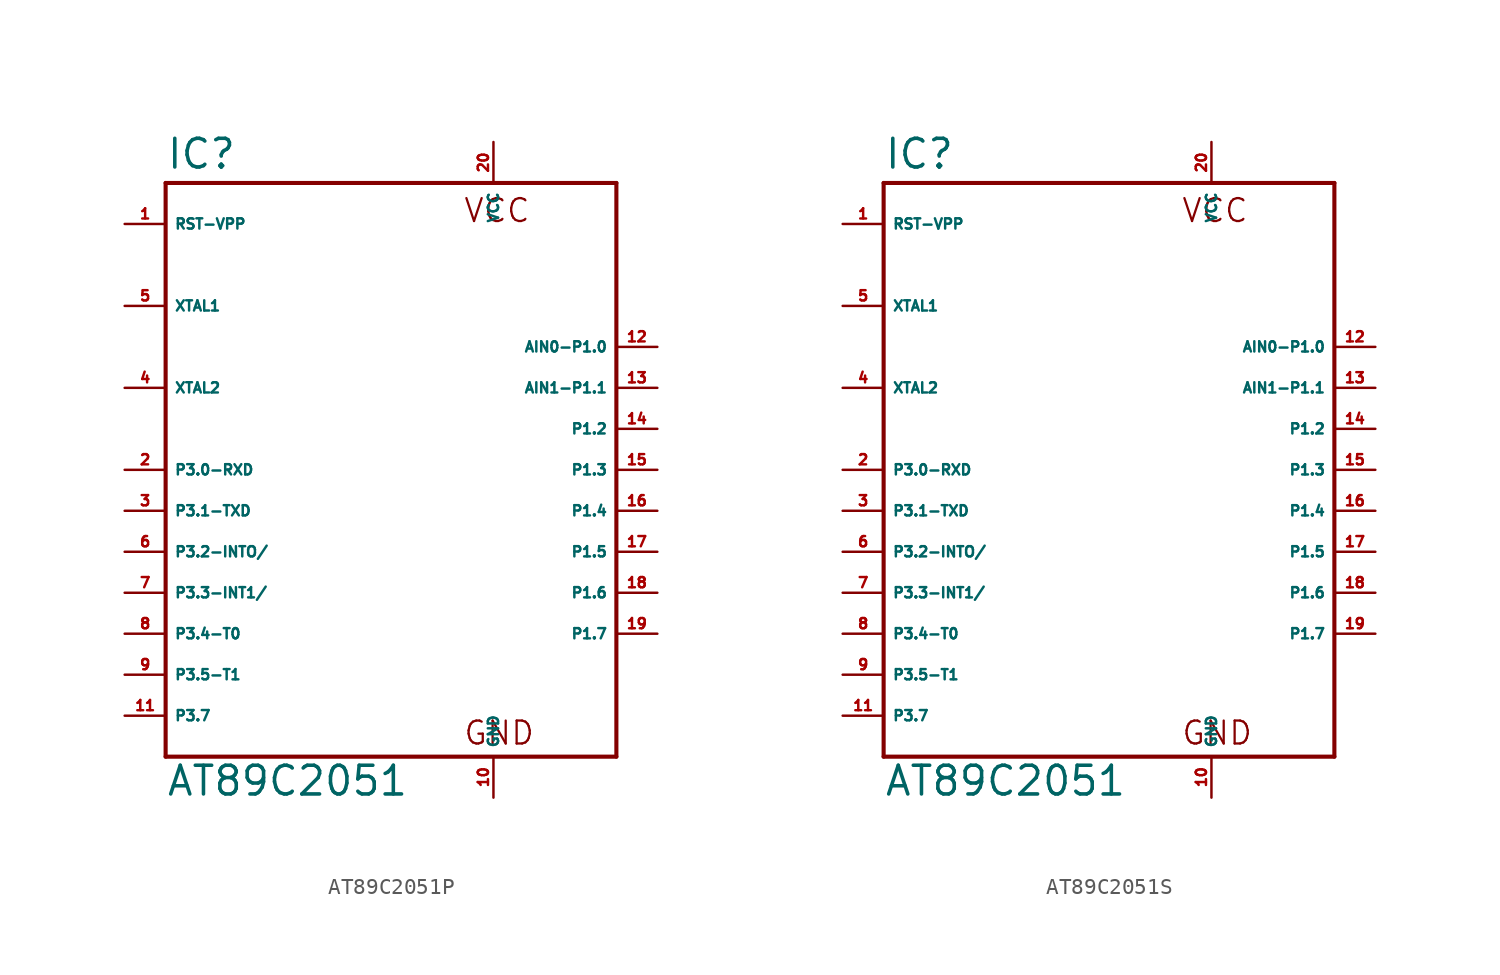
<source format=kicad_sym>
(kicad_symbol_lib
  (version 20220914)
  (generator Eagle2Kicad)
  (symbol "AT89C2051P"
    (property "Reference" "IC"
      (at -12.7 18.542 0)
      (effects (font (size 1.778 1.778) (thickness 0.22)) (justify left bottom)))
    (property "Value" "AT89C2051"
      (at -12.7 -20.32 0)
      (effects (font (size 1.778 1.778) (thickness 0.22)) (justify left bottom)))
    (polyline
      (pts (xy -12.7 17.78) (xy 15.24 17.78))
      (stroke (width 0.254) (type default))
      (fill (type none)))
    (polyline
      (pts (xy 15.24 17.78) (xy 15.24 -17.78))
      (stroke (width 0.254) (type default))
      (fill (type none)))
    (polyline
      (pts (xy 15.24 -17.78) (xy -12.7 -17.78))
      (stroke (width 0.254) (type default))
      (fill (type none)))
    (polyline
      (pts (xy -12.7 -17.78) (xy -12.7 17.78))
      (stroke (width 0.254) (type default))
      (fill (type none)))
    (text "VCC"
      (at 5.715 15.24 0)
      (effects (font (size 1.422 1.422) (thickness 0.14)) (justify left bottom)))
    (text "GND"
      (at 5.715 -17.145 0)
      (effects (font (size 1.422 1.422) (thickness 0.14)) (justify left bottom)))
    (pin bidirectional line
      (at -15.24 -15.24 0)
      (length 2.54)
      (name "P3.7" (effects (font (size 0.635 0.635) (thickness 0.08)) (justify left bottom)))
      (number "11" (effects (font (size 0.635 0.635) (thickness 0.08)) (justify left bottom))))
    (pin bidirectional line
      (at -15.24 -12.7 0)
      (length 2.54)
      (name "P3.5-T1" (effects (font (size 0.635 0.635) (thickness 0.08)) (justify left bottom)))
      (number "9" (effects (font (size 0.635 0.635) (thickness 0.08)) (justify left bottom))))
    (pin bidirectional line
      (at -15.24 -10.16 0)
      (length 2.54)
      (name "P3.4-T0" (effects (font (size 0.635 0.635) (thickness 0.08)) (justify left bottom)))
      (number "8" (effects (font (size 0.635 0.635) (thickness 0.08)) (justify left bottom))))
    (pin bidirectional line
      (at -15.24 -7.62 0)
      (length 2.54)
      (name "P3.3-INT1/" (effects (font (size 0.635 0.635) (thickness 0.08)) (justify left bottom)))
      (number "7" (effects (font (size 0.635 0.635) (thickness 0.08)) (justify left bottom))))
    (pin bidirectional line
      (at -15.24 -5.08 0)
      (length 2.54)
      (name "P3.2-INTO/" (effects (font (size 0.635 0.635) (thickness 0.08)) (justify left bottom)))
      (number "6" (effects (font (size 0.635 0.635) (thickness 0.08)) (justify left bottom))))
    (pin bidirectional line
      (at -15.24 -2.54 0)
      (length 2.54)
      (name "P3.1-TXD" (effects (font (size 0.635 0.635) (thickness 0.08)) (justify left bottom)))
      (number "3" (effects (font (size 0.635 0.635) (thickness 0.08)) (justify left bottom))))
    (pin bidirectional line
      (at -15.24 0 0)
      (length 2.54)
      (name "P3.0-RXD" (effects (font (size 0.635 0.635) (thickness 0.08)) (justify left bottom)))
      (number "2" (effects (font (size 0.635 0.635) (thickness 0.08)) (justify left bottom))))
    (pin bidirectional line
      (at 17.78 -10.16 180)
      (length 2.54)
      (name "P1.7" (effects (font (size 0.635 0.635) (thickness 0.08)) (justify left bottom)))
      (number "19" (effects (font (size 0.635 0.635) (thickness 0.08)) (justify left bottom))))
    (pin bidirectional line
      (at 17.78 -7.62 180)
      (length 2.54)
      (name "P1.6" (effects (font (size 0.635 0.635) (thickness 0.08)) (justify left bottom)))
      (number "18" (effects (font (size 0.635 0.635) (thickness 0.08)) (justify left bottom))))
    (pin bidirectional line
      (at 17.78 -5.08 180)
      (length 2.54)
      (name "P1.5" (effects (font (size 0.635 0.635) (thickness 0.08)) (justify left bottom)))
      (number "17" (effects (font (size 0.635 0.635) (thickness 0.08)) (justify left bottom))))
    (pin bidirectional line
      (at 17.78 -2.54 180)
      (length 2.54)
      (name "P1.4" (effects (font (size 0.635 0.635) (thickness 0.08)) (justify left bottom)))
      (number "16" (effects (font (size 0.635 0.635) (thickness 0.08)) (justify left bottom))))
    (pin bidirectional line
      (at 17.78 0 180)
      (length 2.54)
      (name "P1.3" (effects (font (size 0.635 0.635) (thickness 0.08)) (justify left bottom)))
      (number "15" (effects (font (size 0.635 0.635) (thickness 0.08)) (justify left bottom))))
    (pin bidirectional line
      (at 17.78 2.54 180)
      (length 2.54)
      (name "P1.2" (effects (font (size 0.635 0.635) (thickness 0.08)) (justify left bottom)))
      (number "14" (effects (font (size 0.635 0.635) (thickness 0.08)) (justify left bottom))))
    (pin bidirectional line
      (at 17.78 5.08 180)
      (length 2.54)
      (name "AIN1-P1.1" (effects (font (size 0.635 0.635) (thickness 0.08)) (justify left bottom)))
      (number "13" (effects (font (size 0.635 0.635) (thickness 0.08)) (justify left bottom))))
    (pin bidirectional line
      (at 17.78 7.62 180)
      (length 2.54)
      (name "AIN0-P1.0" (effects (font (size 0.635 0.635) (thickness 0.08)) (justify left bottom)))
      (number "12" (effects (font (size 0.635 0.635) (thickness 0.08)) (justify left bottom))))
    (pin input line
      (at -15.24 10.16 0)
      (length 2.54)
      (name "XTAL1" (effects (font (size 0.635 0.635) (thickness 0.08)) (justify left bottom)))
      (number "5" (effects (font (size 0.635 0.635) (thickness 0.08)) (justify left bottom))))
    (pin output line
      (at -15.24 5.08 0)
      (length 2.54)
      (name "XTAL2" (effects (font (size 0.635 0.635) (thickness 0.08)) (justify left bottom)))
      (number "4" (effects (font (size 0.635 0.635) (thickness 0.08)) (justify left bottom))))
    (pin unspecified line
      (at 7.62 20.32 270)
      (length 2.54)
      (name "VCC" (effects (font (size 0.635 0.635) (thickness 0.08)) (justify left bottom)))
      (number "20" (effects (font (size 0.635 0.635) (thickness 0.08)) (justify left bottom))))
    (pin unspecified line
      (at 7.62 -20.32 90)
      (length 2.54)
      (name "GND" (effects (font (size 0.635 0.635) (thickness 0.08)) (justify left bottom)))
      (number "10" (effects (font (size 0.635 0.635) (thickness 0.08)) (justify left bottom))))
    (pin input line
      (at -15.24 15.24 0)
      (length 2.54)
      (name "RST-VPP" (effects (font (size 0.635 0.635) (thickness 0.08)) (justify left bottom)))
      (number "1" (effects (font (size 0.635 0.635) (thickness 0.08)) (justify left bottom)))))
  (symbol "AT89C2051S"
    (property "Reference" "IC"
      (at -12.7 18.542 0)
      (effects (font (size 1.778 1.778) (thickness 0.22)) (justify left bottom)))
    (property "Value" "AT89C2051"
      (at -12.7 -20.32 0)
      (effects (font (size 1.778 1.778) (thickness 0.22)) (justify left bottom)))
    (polyline
      (pts (xy -12.7 17.78) (xy 15.24 17.78))
      (stroke (width 0.254) (type default))
      (fill (type none)))
    (polyline
      (pts (xy 15.24 17.78) (xy 15.24 -17.78))
      (stroke (width 0.254) (type default))
      (fill (type none)))
    (polyline
      (pts (xy 15.24 -17.78) (xy -12.7 -17.78))
      (stroke (width 0.254) (type default))
      (fill (type none)))
    (polyline
      (pts (xy -12.7 -17.78) (xy -12.7 17.78))
      (stroke (width 0.254) (type default))
      (fill (type none)))
    (text "VCC"
      (at 5.715 15.24 0)
      (effects (font (size 1.422 1.422) (thickness 0.14)) (justify left bottom)))
    (text "GND"
      (at 5.715 -17.145 0)
      (effects (font (size 1.422 1.422) (thickness 0.14)) (justify left bottom)))
    (pin bidirectional line
      (at -15.24 -15.24 0)
      (length 2.54)
      (name "P3.7" (effects (font (size 0.635 0.635) (thickness 0.08)) (justify left bottom)))
      (number "11" (effects (font (size 0.635 0.635) (thickness 0.08)) (justify left bottom))))
    (pin bidirectional line
      (at -15.24 -12.7 0)
      (length 2.54)
      (name "P3.5-T1" (effects (font (size 0.635 0.635) (thickness 0.08)) (justify left bottom)))
      (number "9" (effects (font (size 0.635 0.635) (thickness 0.08)) (justify left bottom))))
    (pin bidirectional line
      (at -15.24 -10.16 0)
      (length 2.54)
      (name "P3.4-T0" (effects (font (size 0.635 0.635) (thickness 0.08)) (justify left bottom)))
      (number "8" (effects (font (size 0.635 0.635) (thickness 0.08)) (justify left bottom))))
    (pin bidirectional line
      (at -15.24 -7.62 0)
      (length 2.54)
      (name "P3.3-INT1/" (effects (font (size 0.635 0.635) (thickness 0.08)) (justify left bottom)))
      (number "7" (effects (font (size 0.635 0.635) (thickness 0.08)) (justify left bottom))))
    (pin bidirectional line
      (at -15.24 -5.08 0)
      (length 2.54)
      (name "P3.2-INTO/" (effects (font (size 0.635 0.635) (thickness 0.08)) (justify left bottom)))
      (number "6" (effects (font (size 0.635 0.635) (thickness 0.08)) (justify left bottom))))
    (pin bidirectional line
      (at -15.24 -2.54 0)
      (length 2.54)
      (name "P3.1-TXD" (effects (font (size 0.635 0.635) (thickness 0.08)) (justify left bottom)))
      (number "3" (effects (font (size 0.635 0.635) (thickness 0.08)) (justify left bottom))))
    (pin bidirectional line
      (at -15.24 0 0)
      (length 2.54)
      (name "P3.0-RXD" (effects (font (size 0.635 0.635) (thickness 0.08)) (justify left bottom)))
      (number "2" (effects (font (size 0.635 0.635) (thickness 0.08)) (justify left bottom))))
    (pin bidirectional line
      (at 17.78 -10.16 180)
      (length 2.54)
      (name "P1.7" (effects (font (size 0.635 0.635) (thickness 0.08)) (justify left bottom)))
      (number "19" (effects (font (size 0.635 0.635) (thickness 0.08)) (justify left bottom))))
    (pin bidirectional line
      (at 17.78 -7.62 180)
      (length 2.54)
      (name "P1.6" (effects (font (size 0.635 0.635) (thickness 0.08)) (justify left bottom)))
      (number "18" (effects (font (size 0.635 0.635) (thickness 0.08)) (justify left bottom))))
    (pin bidirectional line
      (at 17.78 -5.08 180)
      (length 2.54)
      (name "P1.5" (effects (font (size 0.635 0.635) (thickness 0.08)) (justify left bottom)))
      (number "17" (effects (font (size 0.635 0.635) (thickness 0.08)) (justify left bottom))))
    (pin bidirectional line
      (at 17.78 -2.54 180)
      (length 2.54)
      (name "P1.4" (effects (font (size 0.635 0.635) (thickness 0.08)) (justify left bottom)))
      (number "16" (effects (font (size 0.635 0.635) (thickness 0.08)) (justify left bottom))))
    (pin bidirectional line
      (at 17.78 0 180)
      (length 2.54)
      (name "P1.3" (effects (font (size 0.635 0.635) (thickness 0.08)) (justify left bottom)))
      (number "15" (effects (font (size 0.635 0.635) (thickness 0.08)) (justify left bottom))))
    (pin bidirectional line
      (at 17.78 2.54 180)
      (length 2.54)
      (name "P1.2" (effects (font (size 0.635 0.635) (thickness 0.08)) (justify left bottom)))
      (number "14" (effects (font (size 0.635 0.635) (thickness 0.08)) (justify left bottom))))
    (pin bidirectional line
      (at 17.78 5.08 180)
      (length 2.54)
      (name "AIN1-P1.1" (effects (font (size 0.635 0.635) (thickness 0.08)) (justify left bottom)))
      (number "13" (effects (font (size 0.635 0.635) (thickness 0.08)) (justify left bottom))))
    (pin bidirectional line
      (at 17.78 7.62 180)
      (length 2.54)
      (name "AIN0-P1.0" (effects (font (size 0.635 0.635) (thickness 0.08)) (justify left bottom)))
      (number "12" (effects (font (size 0.635 0.635) (thickness 0.08)) (justify left bottom))))
    (pin input line
      (at -15.24 10.16 0)
      (length 2.54)
      (name "XTAL1" (effects (font (size 0.635 0.635) (thickness 0.08)) (justify left bottom)))
      (number "5" (effects (font (size 0.635 0.635) (thickness 0.08)) (justify left bottom))))
    (pin output line
      (at -15.24 5.08 0)
      (length 2.54)
      (name "XTAL2" (effects (font (size 0.635 0.635) (thickness 0.08)) (justify left bottom)))
      (number "4" (effects (font (size 0.635 0.635) (thickness 0.08)) (justify left bottom))))
    (pin unspecified line
      (at 7.62 20.32 270)
      (length 2.54)
      (name "VCC" (effects (font (size 0.635 0.635) (thickness 0.08)) (justify left bottom)))
      (number "20" (effects (font (size 0.635 0.635) (thickness 0.08)) (justify left bottom))))
    (pin unspecified line
      (at 7.62 -20.32 90)
      (length 2.54)
      (name "GND" (effects (font (size 0.635 0.635) (thickness 0.08)) (justify left bottom)))
      (number "10" (effects (font (size 0.635 0.635) (thickness 0.08)) (justify left bottom))))
    (pin input line
      (at -15.24 15.24 0)
      (length 2.54)
      (name "RST-VPP" (effects (font (size 0.635 0.635) (thickness 0.08)) (justify left bottom)))
      (number "1" (effects (font (size 0.635 0.635) (thickness 0.08)) (justify left bottom))))))
</source>
